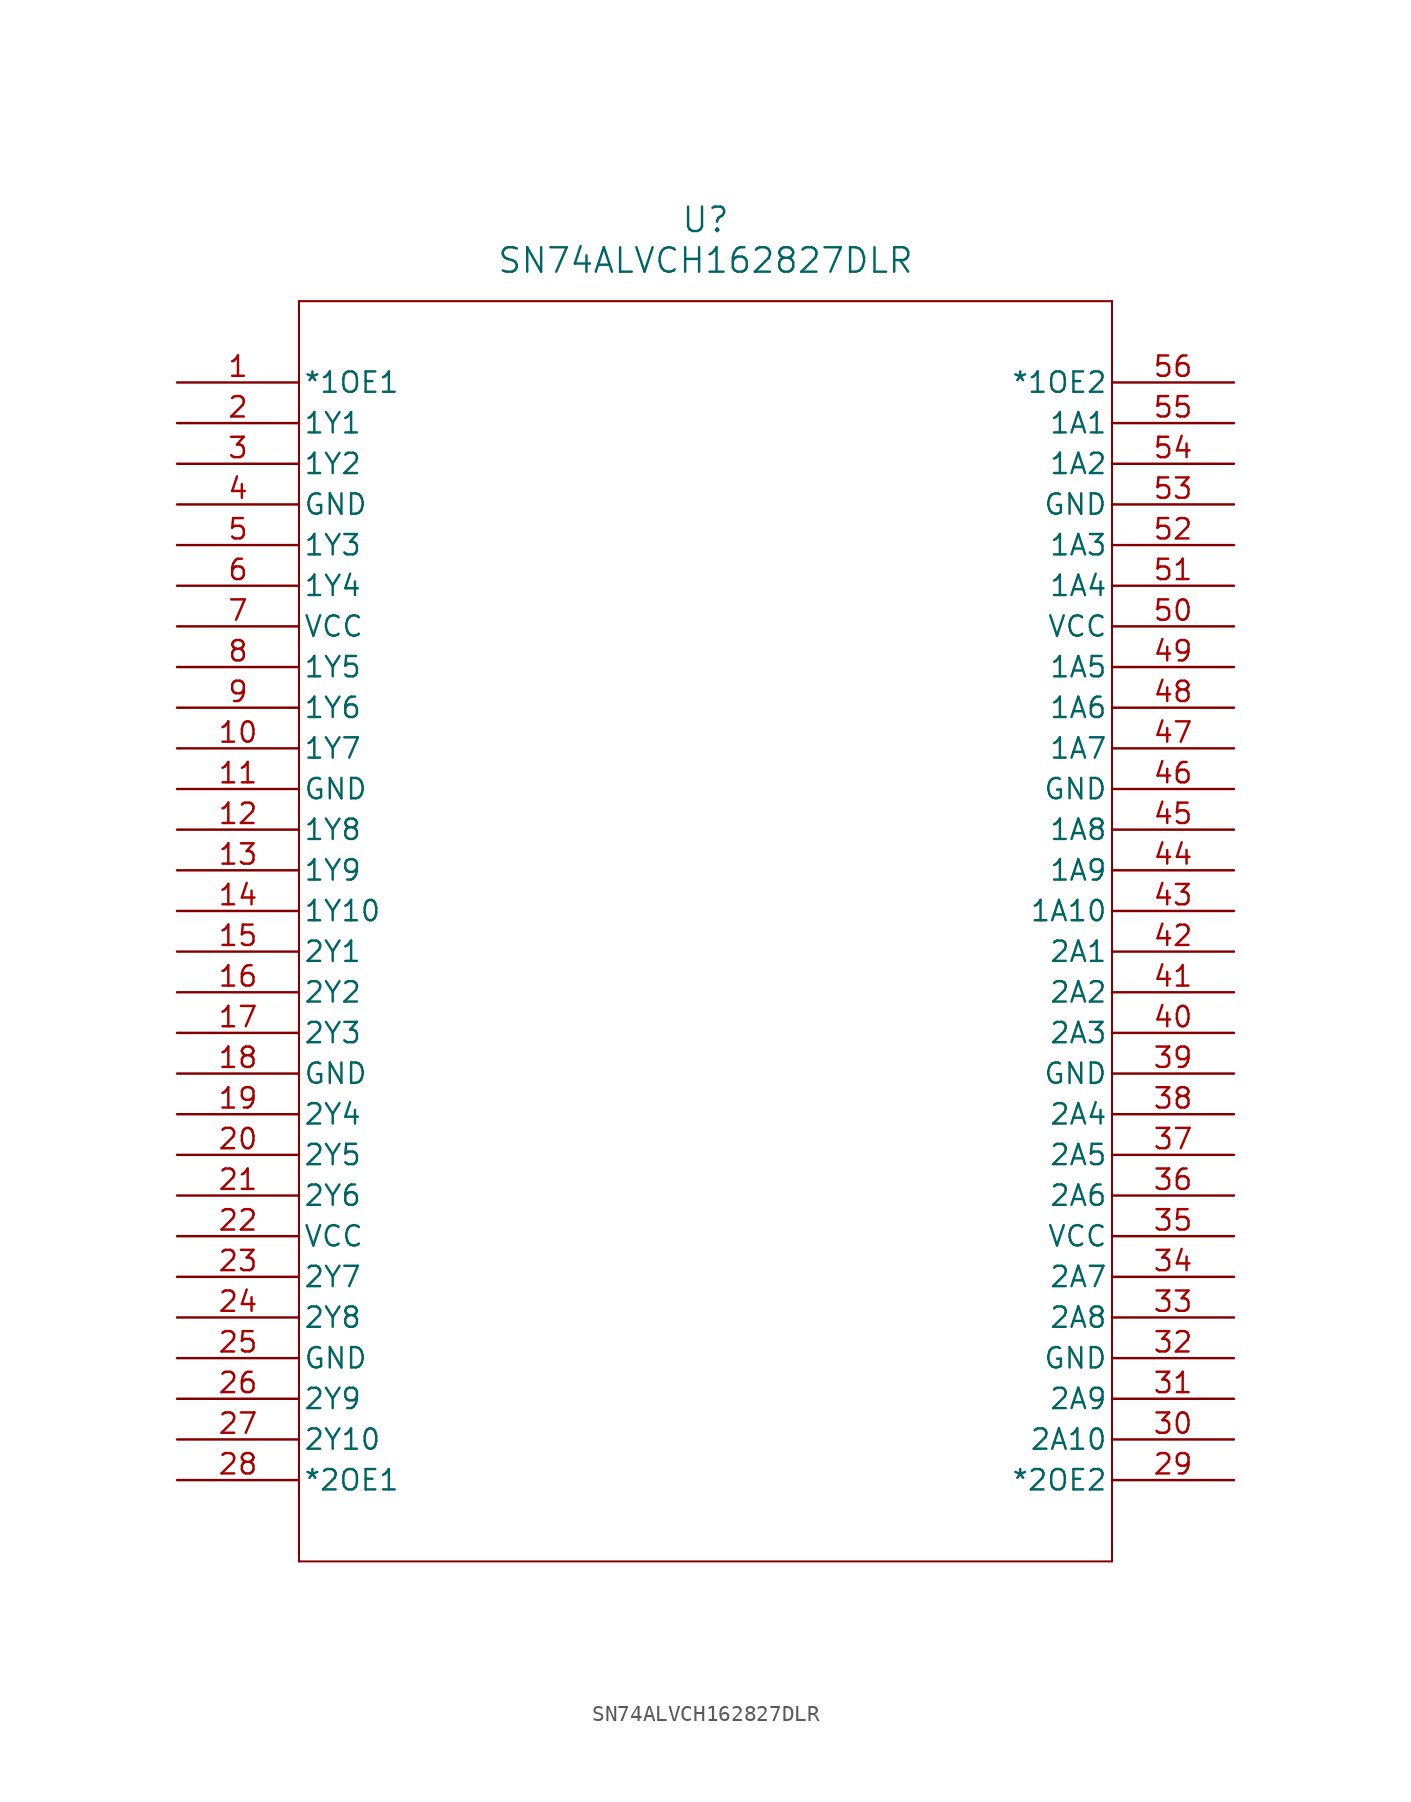
<source format=kicad_sym>
(kicad_symbol_lib
  (version 20231120)
  (generator "kicad_symbol_editor")
  (generator_version "8.0")
  (symbol "SN74ALVCH162827DLR"
    (pin_names
      (offset 0.254))
    (property "Reference" "U"
      (at 33.02 10.16 0)
      (effects (font (size 1.524 1.524))))
    (property "Value" "SN74ALVCH162827DLR"
      (at 33.02 7.62 0)
      (effects (font (size 1.524 1.524))))
    (property "ki_locked" ""
      (at 0 0 0)
      (effects (font (size 1.27 1.27))))
    (symbol "SN74ALVCH162827DLR_0_1"
      (polyline (pts (xy 7.62 -73.66) (xy 58.42 -73.66)) (stroke (width 0.127) (type default)) (fill (type none)))
      (polyline (pts (xy 7.62 5.08) (xy 7.62 -73.66)) (stroke (width 0.127) (type default)) (fill (type none)))
      (polyline (pts (xy 58.42 -73.66) (xy 58.42 5.08)) (stroke (width 0.127) (type default)) (fill (type none)))
      (polyline (pts (xy 58.42 5.08) (xy 7.62 5.08)) (stroke (width 0.127) (type default)) (fill (type none)))
      (pin input line (at 0 0 0) (length 7.62) (name "*1OE1" (effects (font (size 1.27 1.27)))) (number "1" (effects (font (size 1.27 1.27)))))
      (pin output line (at 0 -22.86 0) (length 7.62) (name "1Y7" (effects (font (size 1.27 1.27)))) (number "10" (effects (font (size 1.27 1.27)))))
      (pin power_in line (at 0 -25.4 0) (length 7.62) (name "GND" (effects (font (size 1.27 1.27)))) (number "11" (effects (font (size 1.27 1.27)))))
      (pin output line (at 0 -27.94 0) (length 7.62) (name "1Y8" (effects (font (size 1.27 1.27)))) (number "12" (effects (font (size 1.27 1.27)))))
      (pin output line (at 0 -30.48 0) (length 7.62) (name "1Y9" (effects (font (size 1.27 1.27)))) (number "13" (effects (font (size 1.27 1.27)))))
      (pin output line (at 0 -33.02 0) (length 7.62) (name "1Y10" (effects (font (size 1.27 1.27)))) (number "14" (effects (font (size 1.27 1.27)))))
      (pin output line (at 0 -35.56 0) (length 7.62) (name "2Y1" (effects (font (size 1.27 1.27)))) (number "15" (effects (font (size 1.27 1.27)))))
      (pin output line (at 0 -38.1 0) (length 7.62) (name "2Y2" (effects (font (size 1.27 1.27)))) (number "16" (effects (font (size 1.27 1.27)))))
      (pin output line (at 0 -40.64 0) (length 7.62) (name "2Y3" (effects (font (size 1.27 1.27)))) (number "17" (effects (font (size 1.27 1.27)))))
      (pin power_in line (at 0 -43.18 0) (length 7.62) (name "GND" (effects (font (size 1.27 1.27)))) (number "18" (effects (font (size 1.27 1.27)))))
      (pin output line (at 0 -45.72 0) (length 7.62) (name "2Y4" (effects (font (size 1.27 1.27)))) (number "19" (effects (font (size 1.27 1.27)))))
      (pin output line (at 0 -2.54 0) (length 7.62) (name "1Y1" (effects (font (size 1.27 1.27)))) (number "2" (effects (font (size 1.27 1.27)))))
      (pin output line (at 0 -48.26 0) (length 7.62) (name "2Y5" (effects (font (size 1.27 1.27)))) (number "20" (effects (font (size 1.27 1.27)))))
      (pin output line (at 0 -50.8 0) (length 7.62) (name "2Y6" (effects (font (size 1.27 1.27)))) (number "21" (effects (font (size 1.27 1.27)))))
      (pin power_in line (at 0 -53.34 0) (length 7.62) (name "VCC" (effects (font (size 1.27 1.27)))) (number "22" (effects (font (size 1.27 1.27)))))
      (pin output line (at 0 -55.88 0) (length 7.62) (name "2Y7" (effects (font (size 1.27 1.27)))) (number "23" (effects (font (size 1.27 1.27)))))
      (pin output line (at 0 -58.42 0) (length 7.62) (name "2Y8" (effects (font (size 1.27 1.27)))) (number "24" (effects (font (size 1.27 1.27)))))
      (pin power_in line (at 0 -60.96 0) (length 7.62) (name "GND" (effects (font (size 1.27 1.27)))) (number "25" (effects (font (size 1.27 1.27)))))
      (pin output line (at 0 -63.5 0) (length 7.62) (name "2Y9" (effects (font (size 1.27 1.27)))) (number "26" (effects (font (size 1.27 1.27)))))
      (pin output line (at 0 -66.04 0) (length 7.62) (name "2Y10" (effects (font (size 1.27 1.27)))) (number "27" (effects (font (size 1.27 1.27)))))
      (pin input line (at 0 -68.58 0) (length 7.62) (name "*2OE1" (effects (font (size 1.27 1.27)))) (number "28" (effects (font (size 1.27 1.27)))))
      (pin input line (at 66.04 -68.58 180) (length 7.62) (name "*2OE2" (effects (font (size 1.27 1.27)))) (number "29" (effects (font (size 1.27 1.27)))))
      (pin output line (at 0 -5.08 0) (length 7.62) (name "1Y2" (effects (font (size 1.27 1.27)))) (number "3" (effects (font (size 1.27 1.27)))))
      (pin input line (at 66.04 -66.04 180) (length 7.62) (name "2A10" (effects (font (size 1.27 1.27)))) (number "30" (effects (font (size 1.27 1.27)))))
      (pin input line (at 66.04 -63.5 180) (length 7.62) (name "2A9" (effects (font (size 1.27 1.27)))) (number "31" (effects (font (size 1.27 1.27)))))
      (pin power_in line (at 66.04 -60.96 180) (length 7.62) (name "GND" (effects (font (size 1.27 1.27)))) (number "32" (effects (font (size 1.27 1.27)))))
      (pin input line (at 66.04 -58.42 180) (length 7.62) (name "2A8" (effects (font (size 1.27 1.27)))) (number "33" (effects (font (size 1.27 1.27)))))
      (pin input line (at 66.04 -55.88 180) (length 7.62) (name "2A7" (effects (font (size 1.27 1.27)))) (number "34" (effects (font (size 1.27 1.27)))))
      (pin power_in line (at 66.04 -53.34 180) (length 7.62) (name "VCC" (effects (font (size 1.27 1.27)))) (number "35" (effects (font (size 1.27 1.27)))))
      (pin input line (at 66.04 -50.8 180) (length 7.62) (name "2A6" (effects (font (size 1.27 1.27)))) (number "36" (effects (font (size 1.27 1.27)))))
      (pin input line (at 66.04 -48.26 180) (length 7.62) (name "2A5" (effects (font (size 1.27 1.27)))) (number "37" (effects (font (size 1.27 1.27)))))
      (pin input line (at 66.04 -45.72 180) (length 7.62) (name "2A4" (effects (font (size 1.27 1.27)))) (number "38" (effects (font (size 1.27 1.27)))))
      (pin power_in line (at 66.04 -43.18 180) (length 7.62) (name "GND" (effects (font (size 1.27 1.27)))) (number "39" (effects (font (size 1.27 1.27)))))
      (pin power_in line (at 0 -7.62 0) (length 7.62) (name "GND" (effects (font (size 1.27 1.27)))) (number "4" (effects (font (size 1.27 1.27)))))
      (pin input line (at 66.04 -40.64 180) (length 7.62) (name "2A3" (effects (font (size 1.27 1.27)))) (number "40" (effects (font (size 1.27 1.27)))))
      (pin input line (at 66.04 -38.1 180) (length 7.62) (name "2A2" (effects (font (size 1.27 1.27)))) (number "41" (effects (font (size 1.27 1.27)))))
      (pin input line (at 66.04 -35.56 180) (length 7.62) (name "2A1" (effects (font (size 1.27 1.27)))) (number "42" (effects (font (size 1.27 1.27)))))
      (pin input line (at 66.04 -33.02 180) (length 7.62) (name "1A10" (effects (font (size 1.27 1.27)))) (number "43" (effects (font (size 1.27 1.27)))))
      (pin input line (at 66.04 -30.48 180) (length 7.62) (name "1A9" (effects (font (size 1.27 1.27)))) (number "44" (effects (font (size 1.27 1.27)))))
      (pin input line (at 66.04 -27.94 180) (length 7.62) (name "1A8" (effects (font (size 1.27 1.27)))) (number "45" (effects (font (size 1.27 1.27)))))
      (pin power_in line (at 66.04 -25.4 180) (length 7.62) (name "GND" (effects (font (size 1.27 1.27)))) (number "46" (effects (font (size 1.27 1.27)))))
      (pin input line (at 66.04 -22.86 180) (length 7.62) (name "1A7" (effects (font (size 1.27 1.27)))) (number "47" (effects (font (size 1.27 1.27)))))
      (pin input line (at 66.04 -20.32 180) (length 7.62) (name "1A6" (effects (font (size 1.27 1.27)))) (number "48" (effects (font (size 1.27 1.27)))))
      (pin input line (at 66.04 -17.78 180) (length 7.62) (name "1A5" (effects (font (size 1.27 1.27)))) (number "49" (effects (font (size 1.27 1.27)))))
      (pin output line (at 0 -10.16 0) (length 7.62) (name "1Y3" (effects (font (size 1.27 1.27)))) (number "5" (effects (font (size 1.27 1.27)))))
      (pin power_in line (at 66.04 -15.24 180) (length 7.62) (name "VCC" (effects (font (size 1.27 1.27)))) (number "50" (effects (font (size 1.27 1.27)))))
      (pin input line (at 66.04 -12.7 180) (length 7.62) (name "1A4" (effects (font (size 1.27 1.27)))) (number "51" (effects (font (size 1.27 1.27)))))
      (pin input line (at 66.04 -10.16 180) (length 7.62) (name "1A3" (effects (font (size 1.27 1.27)))) (number "52" (effects (font (size 1.27 1.27)))))
      (pin power_in line (at 66.04 -7.62 180) (length 7.62) (name "GND" (effects (font (size 1.27 1.27)))) (number "53" (effects (font (size 1.27 1.27)))))
      (pin input line (at 66.04 -5.08 180) (length 7.62) (name "1A2" (effects (font (size 1.27 1.27)))) (number "54" (effects (font (size 1.27 1.27)))))
      (pin input line (at 66.04 -2.54 180) (length 7.62) (name "1A1" (effects (font (size 1.27 1.27)))) (number "55" (effects (font (size 1.27 1.27)))))
      (pin input line (at 66.04 0 180) (length 7.62) (name "*1OE2" (effects (font (size 1.27 1.27)))) (number "56" (effects (font (size 1.27 1.27)))))
      (pin output line (at 0 -12.7 0) (length 7.62) (name "1Y4" (effects (font (size 1.27 1.27)))) (number "6" (effects (font (size 1.27 1.27)))))
      (pin power_in line (at 0 -15.24 0) (length 7.62) (name "VCC" (effects (font (size 1.27 1.27)))) (number "7" (effects (font (size 1.27 1.27)))))
      (pin output line (at 0 -17.78 0) (length 7.62) (name "1Y5" (effects (font (size 1.27 1.27)))) (number "8" (effects (font (size 1.27 1.27)))))
      (pin output line (at 0 -20.32 0) (length 7.62) (name "1Y6" (effects (font (size 1.27 1.27)))) (number "9" (effects (font (size 1.27 1.27))))))))
</source>
